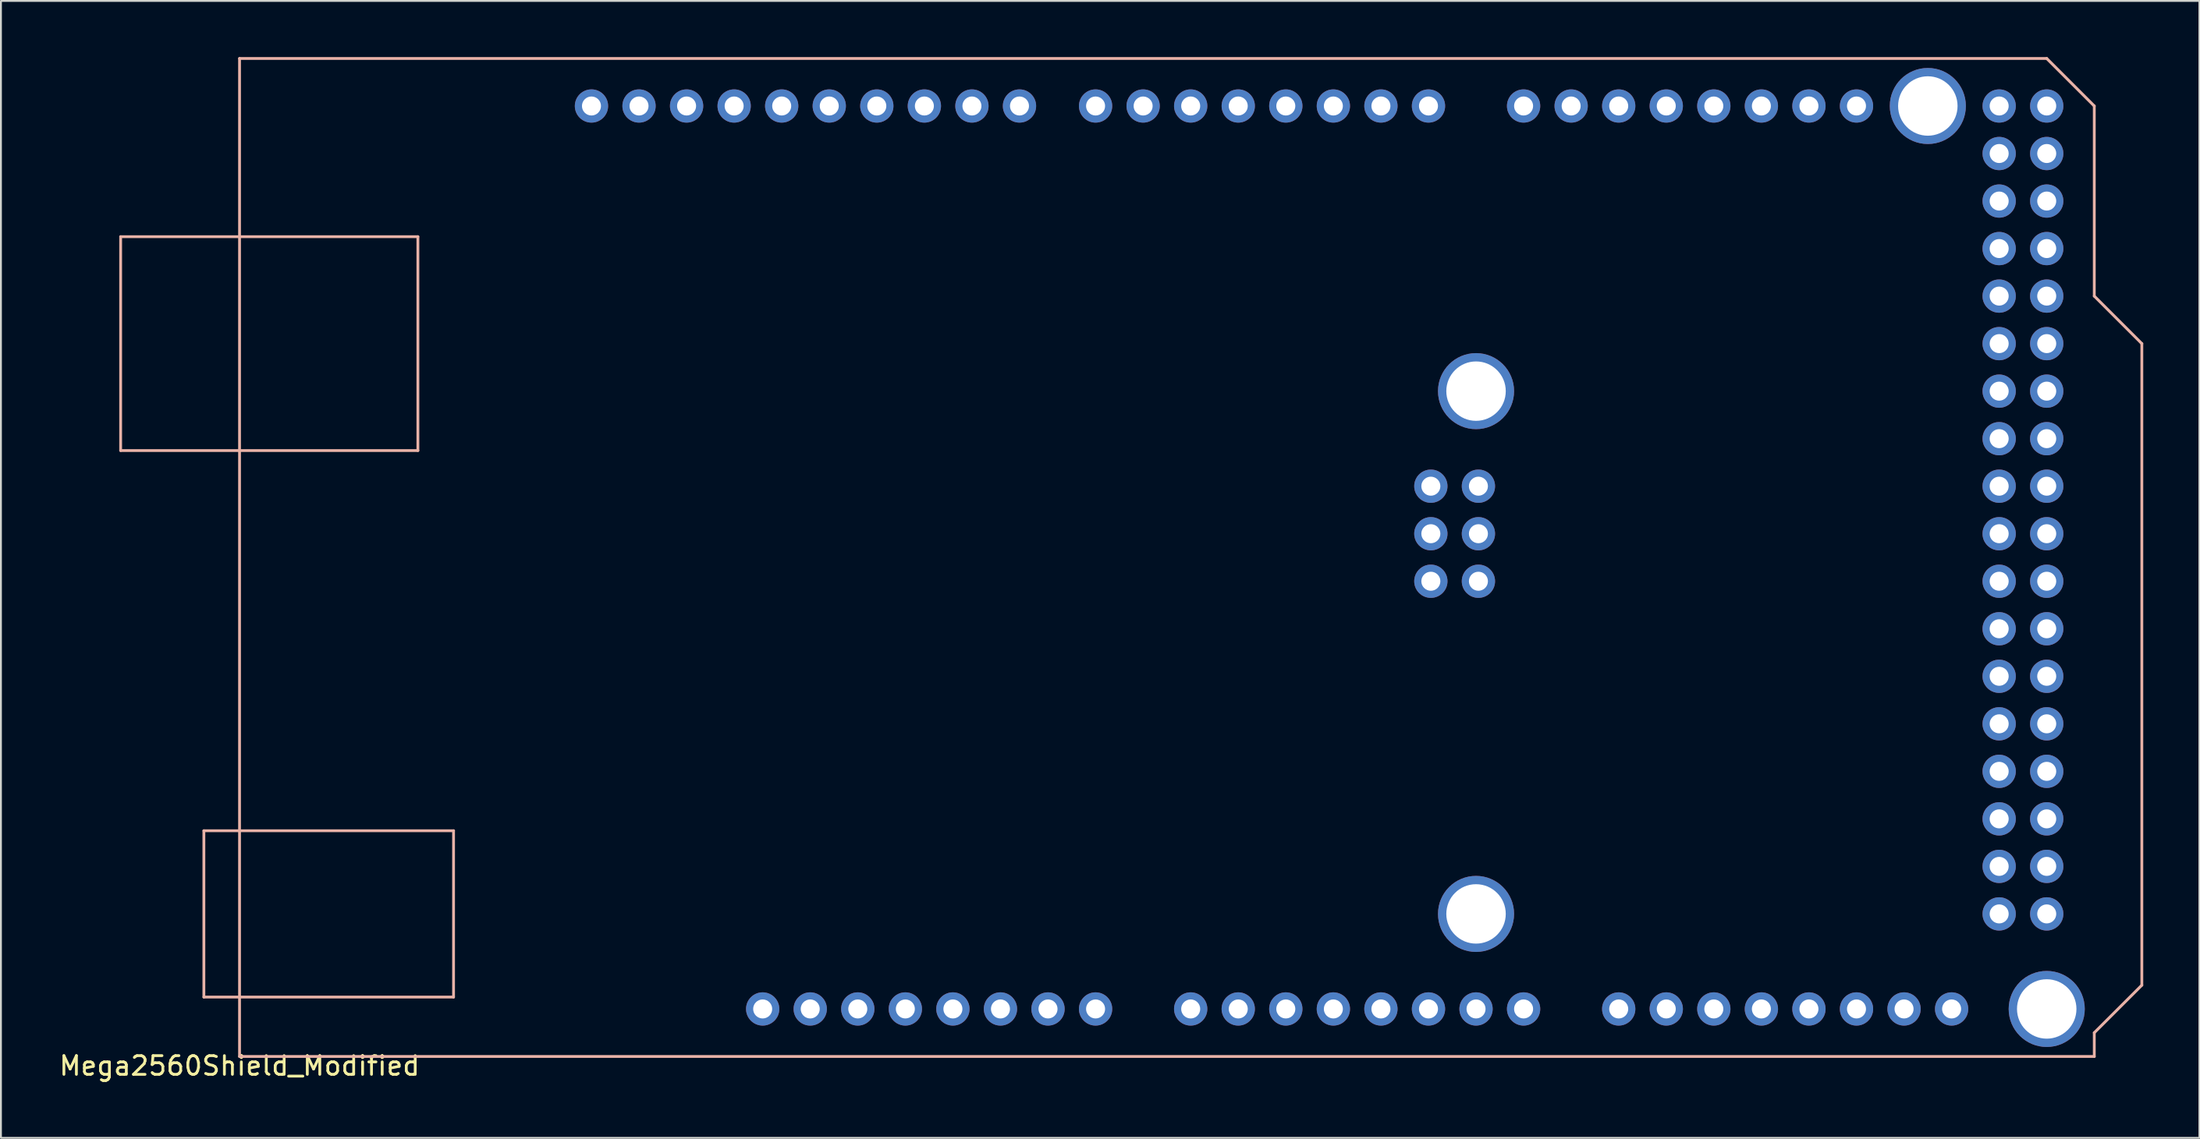
<source format=kicad_pcb>
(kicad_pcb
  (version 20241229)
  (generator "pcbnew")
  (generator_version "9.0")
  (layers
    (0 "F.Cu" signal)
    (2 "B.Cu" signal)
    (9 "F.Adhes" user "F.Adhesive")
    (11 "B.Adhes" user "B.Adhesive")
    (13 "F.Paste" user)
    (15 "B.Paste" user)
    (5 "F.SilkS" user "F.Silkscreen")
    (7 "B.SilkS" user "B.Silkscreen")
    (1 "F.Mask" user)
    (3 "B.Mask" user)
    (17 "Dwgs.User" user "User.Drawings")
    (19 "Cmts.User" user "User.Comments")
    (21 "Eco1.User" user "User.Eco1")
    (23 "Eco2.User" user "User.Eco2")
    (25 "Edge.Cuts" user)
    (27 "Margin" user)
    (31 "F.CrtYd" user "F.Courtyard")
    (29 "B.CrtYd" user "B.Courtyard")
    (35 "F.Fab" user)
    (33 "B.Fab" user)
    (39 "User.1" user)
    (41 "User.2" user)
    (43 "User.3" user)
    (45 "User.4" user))
  (footprint "Mega2560Shield_Modified"
    (layer "F.Cu")
    (at 9.744 53.415)
    (property "Reference" "Mega2560Shield_Modified" (at 0 0.5 0) (layer "F.SilkS") (effects (font (size 1 1) (thickness 0.15))))
    (attr through_hole)
    (fp_line (start -6.35 -43.815) (end 9.525 -43.815) (stroke (width 0.15) (type solid)) (layer "B.SilkS"))
    (fp_line (start -6.35 -32.385) (end -6.35 -43.815) (stroke (width 0.15) (type solid)) (layer "B.SilkS"))
    (fp_line (start -1.905 -12.065) (end 11.43 -12.065) (stroke (width 0.15) (type solid)) (layer "B.SilkS"))
    (fp_line (start -1.905 -3.175) (end -1.905 -12.065) (stroke (width 0.15) (type solid)) (layer "B.SilkS"))
    (fp_line (start 0 -53.34) (end 96.52 -53.34) (stroke (width 0.15) (type solid)) (layer "B.SilkS"))
    (fp_line (start 0 0) (end 0 -53.34) (stroke (width 0.15) (type solid)) (layer "B.SilkS"))
    (fp_line (start 9.525 -43.815) (end 9.525 -32.385) (stroke (width 0.15) (type solid)) (layer "B.SilkS"))
    (fp_line (start 9.525 -32.385) (end -6.35 -32.385) (stroke (width 0.15) (type solid)) (layer "B.SilkS"))
    (fp_line (start 11.43 -12.065) (end 11.43 -3.175) (stroke (width 0.15) (type solid)) (layer "B.SilkS"))
    (fp_line (start 11.43 -3.175) (end -1.905 -3.175) (stroke (width 0.15) (type solid)) (layer "B.SilkS"))
    (fp_line (start 96.52 -53.34) (end 99.06 -50.8) (stroke (width 0.15) (type solid)) (layer "B.SilkS"))
    (fp_line (start 99.06 -50.8) (end 99.06 -40.64) (stroke (width 0.15) (type solid)) (layer "B.SilkS"))
    (fp_line (start 99.06 -40.64) (end 101.6 -38.1) (stroke (width 0.15) (type solid)) (layer "B.SilkS"))
    (fp_line (start 99.06 -1.27) (end 99.06 0) (stroke (width 0.15) (type solid)) (layer "B.SilkS"))
    (fp_line (start 99.06 0) (end 0 0) (stroke (width 0.15) (type solid)) (layer "B.SilkS"))
    (fp_line (start 101.6 -38.1) (end 101.6 -3.81) (stroke (width 0.15) (type solid)) (layer "B.SilkS"))
    (fp_line (start 101.6 -3.81) (end 99.06 -1.27) (stroke (width 0.15) (type solid)) (layer "B.SilkS"))
    (pad "3V3" thru_hole circle (at 35.56 -2.54) (size 1.778 1.778) (drill 1.016) (layers "*.Cu" "*.Mask"))
    (pad "5V" thru_hole circle (at 38.1 -2.54) (size 1.778 1.778) (drill 1.016) (layers "*.Cu" "*.Mask"))
    (pad "5V" thru_hole circle (at 93.98 -50.8) (size 1.778 1.778) (drill 1.016) (layers "*.Cu" "*.Mask"))
    (pad "5V" thru_hole circle (at 96.52 -50.8) (size 1.778 1.778) (drill 1.016) (layers "*.Cu" "*.Mask"))
    (pad "A0" thru_hole circle (at 50.8 -2.54) (size 1.778 1.778) (drill 1.016) (layers "*.Cu" "*.Mask"))
    (pad "A1" thru_hole circle (at 53.34 -2.54) (size 1.778 1.778) (drill 1.016) (layers "*.Cu" "*.Mask"))
    (pad "A2" thru_hole circle (at 55.88 -2.54) (size 1.778 1.778) (drill 1.016) (layers "*.Cu" "*.Mask"))
    (pad "A3" thru_hole circle (at 58.42 -2.54) (size 1.778 1.778) (drill 1.016) (layers "*.Cu" "*.Mask"))
    (pad "A4" thru_hole circle (at 60.96 -2.54) (size 1.778 1.778) (drill 1.016) (layers "*.Cu" "*.Mask"))
    (pad "A5" thru_hole circle (at 63.5 -2.54) (size 1.778 1.778) (drill 1.016) (layers "*.Cu" "*.Mask"))
    (pad "A6" thru_hole circle (at 66.04 -2.54) (size 1.778 1.778) (drill 1.016) (layers "*.Cu" "*.Mask"))
    (pad "A7" thru_hole circle (at 68.58 -2.54) (size 1.778 1.778) (drill 1.016) (layers "*.Cu" "*.Mask"))
    (pad "A8" thru_hole circle (at 73.66 -2.54) (size 1.778 1.778) (drill 1.016) (layers "*.Cu" "*.Mask"))
    (pad "A9" thru_hole circle (at 76.2 -2.54) (size 1.778 1.778) (drill 1.016) (layers "*.Cu" "*.Mask"))
    (pad "A10" thru_hole circle (at 78.74 -2.54) (size 1.778 1.778) (drill 1.016) (layers "*.Cu" "*.Mask"))
    (pad "A11" thru_hole circle (at 81.28 -2.54) (size 1.778 1.778) (drill 1.016) (layers "*.Cu" "*.Mask"))
    (pad "A12" thru_hole circle (at 83.82 -2.54) (size 1.778 1.778) (drill 1.016) (layers "*.Cu" "*.Mask"))
    (pad "A13" thru_hole circle (at 86.36 -2.54) (size 1.778 1.778) (drill 1.016) (layers "*.Cu" "*.Mask"))
    (pad "A14" thru_hole circle (at 88.9 -2.54) (size 1.778 1.778) (drill 1.016) (layers "*.Cu" "*.Mask"))
    (pad "A15" thru_hole circle (at 91.44 -2.54) (size 1.778 1.778) (drill 1.016) (layers "*.Cu" "*.Mask"))
    (pad "AREF" thru_hole circle (at 23.876 -50.8) (size 1.778 1.778) (drill 1.016) (layers "*.Cu" "*.Mask"))
    (pad "D0" thru_hole circle (at 63.5 -50.8) (size 1.778 1.778) (drill 1.016) (layers "*.Cu" "*.Mask"))
    (pad "D1" thru_hole circle (at 60.96 -50.8) (size 1.778 1.778) (drill 1.016) (layers "*.Cu" "*.Mask"))
    (pad "D2" thru_hole circle (at 58.42 -50.8) (size 1.778 1.778) (drill 1.016) (layers "*.Cu" "*.Mask"))
    (pad "D3" thru_hole circle (at 55.88 -50.8) (size 1.778 1.778) (drill 1.016) (layers "*.Cu" "*.Mask"))
    (pad "D4" thru_hole circle (at 53.34 -50.8) (size 1.778 1.778) (drill 1.016) (layers "*.Cu" "*.Mask"))
    (pad "D5" thru_hole circle (at 50.8 -50.8) (size 1.778 1.778) (drill 1.016) (layers "*.Cu" "*.Mask"))
    (pad "D6" thru_hole circle (at 48.26 -50.8) (size 1.778 1.778) (drill 1.016) (layers "*.Cu" "*.Mask"))
    (pad "D7" thru_hole circle (at 45.72 -50.8) (size 1.778 1.778) (drill 1.016) (layers "*.Cu" "*.Mask"))
    (pad "D8" thru_hole circle (at 41.656 -50.8) (size 1.778 1.778) (drill 1.016) (layers "*.Cu" "*.Mask"))
    (pad "D9" thru_hole circle (at 39.116 -50.8) (size 1.778 1.778) (drill 1.016) (layers "*.Cu" "*.Mask"))
    (pad "D10" thru_hole circle (at 36.576 -50.8) (size 1.778 1.778) (drill 1.016) (layers "*.Cu" "*.Mask"))
    (pad "D11" thru_hole circle (at 34.036 -50.8) (size 1.778 1.778) (drill 1.016) (layers "*.Cu" "*.Mask"))
    (pad "D12" thru_hole circle (at 31.496 -50.8) (size 1.778 1.778) (drill 1.016) (layers "*.Cu" "*.Mask"))
    (pad "D13" thru_hole circle (at 28.956 -50.8) (size 1.778 1.778) (drill 1.016) (layers "*.Cu" "*.Mask"))
    (pad "D14" thru_hole circle (at 68.58 -50.8) (size 1.778 1.778) (drill 1.016) (layers "*.Cu" "*.Mask"))
    (pad "D15" thru_hole circle (at 71.12 -50.8) (size 1.778 1.778) (drill 1.016) (layers "*.Cu" "*.Mask"))
    (pad "D16" thru_hole circle (at 73.66 -50.8) (size 1.778 1.778) (drill 1.016) (layers "*.Cu" "*.Mask"))
    (pad "D17" thru_hole circle (at 76.2 -50.8) (size 1.778 1.778) (drill 1.016) (layers "*.Cu" "*.Mask"))
    (pad "D18" thru_hole circle (at 78.74 -50.8) (size 1.778 1.778) (drill 1.016) (layers "*.Cu" "*.Mask"))
    (pad "D19" thru_hole circle (at 81.28 -50.8) (size 1.778 1.778) (drill 1.016) (layers "*.Cu" "*.Mask"))
    (pad "D20" thru_hole circle (at 83.82 -50.8) (size 1.778 1.778) (drill 1.016) (layers "*.Cu" "*.Mask"))
    (pad "D21" thru_hole circle (at 86.36 -50.8) (size 1.778 1.778) (drill 1.016) (layers "*.Cu" "*.Mask"))
    (pad "D22" thru_hole circle (at 93.98 -48.26) (size 1.778 1.778) (drill 1.016) (layers "*.Cu" "*.Mask"))
    (pad "D23" thru_hole circle (at 96.52 -48.26) (size 1.778 1.778) (drill 1.016) (layers "*.Cu" "*.Mask"))
    (pad "D24" thru_hole circle (at 93.98 -45.72) (size 1.778 1.778) (drill 1.016) (layers "*.Cu" "*.Mask"))
    (pad "D25" thru_hole circle (at 96.52 -45.72) (size 1.778 1.778) (drill 1.016) (layers "*.Cu" "*.Mask"))
    (pad "D26" thru_hole circle (at 93.98 -43.18) (size 1.778 1.778) (drill 1.016) (layers "*.Cu" "*.Mask"))
    (pad "D27" thru_hole circle (at 96.52 -43.18) (size 1.778 1.778) (drill 1.016) (layers "*.Cu" "*.Mask"))
    (pad "D28" thru_hole circle (at 93.98 -40.64) (size 1.778 1.778) (drill 1.016) (layers "*.Cu" "*.Mask"))
    (pad "D29" thru_hole circle (at 96.52 -40.64) (size 1.778 1.778) (drill 1.016) (layers "*.Cu" "*.Mask"))
    (pad "D30" thru_hole circle (at 93.98 -38.1) (size 1.778 1.778) (drill 1.016) (layers "*.Cu" "*.Mask"))
    (pad "D31" thru_hole circle (at 96.52 -38.1) (size 1.778 1.778) (drill 1.016) (layers "*.Cu" "*.Mask"))
    (pad "D32" thru_hole circle (at 93.98 -35.56) (size 1.778 1.778) (drill 1.016) (layers "*.Cu" "*.Mask"))
    (pad "D33" thru_hole circle (at 96.52 -35.56) (size 1.778 1.778) (drill 1.016) (layers "*.Cu" "*.Mask"))
    (pad "D34" thru_hole circle (at 93.98 -33.02) (size 1.778 1.778) (drill 1.016) (layers "*.Cu" "*.Mask"))
    (pad "D35" thru_hole circle (at 96.52 -33.02) (size 1.778 1.778) (drill 1.016) (layers "*.Cu" "*.Mask"))
    (pad "D36" thru_hole circle (at 93.98 -30.48) (size 1.778 1.778) (drill 1.016) (layers "*.Cu" "*.Mask"))
    (pad "D37" thru_hole circle (at 96.52 -30.48) (size 1.778 1.778) (drill 1.016) (layers "*.Cu" "*.Mask"))
    (pad "D38" thru_hole circle (at 93.98 -27.94) (size 1.778 1.778) (drill 1.016) (layers "*.Cu" "*.Mask"))
    (pad "D39" thru_hole circle (at 96.52 -27.94) (size 1.778 1.778) (drill 1.016) (layers "*.Cu" "*.Mask"))
    (pad "D40" thru_hole circle (at 93.98 -25.4) (size 1.778 1.778) (drill 1.016) (layers "*.Cu" "*.Mask"))
    (pad "D41" thru_hole circle (at 96.52 -25.4) (size 1.778 1.778) (drill 1.016) (layers "*.Cu" "*.Mask"))
    (pad "D42" thru_hole circle (at 93.98 -22.86) (size 1.778 1.778) (drill 1.016) (layers "*.Cu" "*.Mask"))
    (pad "D43" thru_hole circle (at 96.52 -22.86) (size 1.778 1.778) (drill 1.016) (layers "*.Cu" "*.Mask"))
    (pad "D44" thru_hole circle (at 93.98 -20.32) (size 1.778 1.778) (drill 1.016) (layers "*.Cu" "*.Mask"))
    (pad "D45" thru_hole circle (at 96.52 -20.32) (size 1.778 1.778) (drill 1.016) (layers "*.Cu" "*.Mask"))
    (pad "D46" thru_hole circle (at 93.98 -17.78) (size 1.778 1.778) (drill 1.016) (layers "*.Cu" "*.Mask"))
    (pad "D47" thru_hole circle (at 96.52 -17.78) (size 1.778 1.778) (drill 1.016) (layers "*.Cu" "*.Mask"))
    (pad "D48" thru_hole circle (at 93.98 -15.24) (size 1.778 1.778) (drill 1.016) (layers "*.Cu" "*.Mask"))
    (pad "D49" thru_hole circle (at 96.52 -15.24) (size 1.778 1.778) (drill 1.016) (layers "*.Cu" "*.Mask"))
    (pad "D50" thru_hole circle (at 93.98 -12.7) (size 1.778 1.778) (drill 1.016) (layers "*.Cu" "*.Mask"))
    (pad "D51" thru_hole circle (at 96.52 -12.7) (size 1.778 1.778) (drill 1.016) (layers "*.Cu" "*.Mask"))
    (pad "D52" thru_hole circle (at 93.98 -10.16) (size 1.778 1.778) (drill 1.016) (layers "*.Cu" "*.Mask"))
    (pad "D53" thru_hole circle (at 96.52 -10.16) (size 1.778 1.778) (drill 1.016) (layers "*.Cu" "*.Mask"))
    (pad "GND" thru_hole circle (at 26.416 -50.8) (size 1.778 1.778) (drill 1.016) (layers "*.Cu" "*.Mask"))
    (pad "GND" thru_hole circle (at 40.64 -2.54) (size 1.778 1.778) (drill 1.016) (layers "*.Cu" "*.Mask"))
    (pad "GND" thru_hole circle (at 43.18 -2.54) (size 1.778 1.778) (drill 1.016) (layers "*.Cu" "*.Mask"))
    (pad "GND" thru_hole circle (at 93.98 -7.62) (size 1.778 1.778) (drill 1.016) (layers "*.Cu" "*.Mask"))
    (pad "GND" thru_hole circle (at 96.52 -7.62) (size 1.778 1.778) (drill 1.016) (layers "*.Cu" "*.Mask"))
    (pad "ICSP_5V" thru_hole circle (at 66.167 -30.48) (size 1.778 1.778) (drill 1.016) (layers "*.Cu" "*.Mask"))
    (pad "ICSP_GND" thru_hole circle (at 66.167 -25.4) (size 1.778 1.778) (drill 1.016) (layers "*.Cu" "*.Mask"))
    (pad "ICSP_MISO" thru_hole circle (at 63.627 -30.48) (size 1.778 1.778) (drill 1.016) (layers "*.Cu" "*.Mask"))
    (pad "ICSP_MOSI" thru_hole circle (at 66.167 -27.94) (size 1.778 1.778) (drill 1.016) (layers "*.Cu" "*.Mask"))
    (pad "ICSP_RESET" thru_hole circle (at 63.627 -25.4) (size 1.778 1.778) (drill 1.016) (layers "*.Cu" "*.Mask"))
    (pad "ICSP_SCK" thru_hole circle (at 63.627 -27.94) (size 1.778 1.778) (drill 1.016) (layers "*.Cu" "*.Mask"))
    (pad "IOREF" thru_hole circle (at 30.48 -2.54) (size 1.778 1.778) (drill 1.016) (layers "*.Cu" "*.Mask"))
    (pad "MNT" thru_hole circle (at 66.04 -35.56) (size 4.064 4.064) (drill 3.175) (layers "*.Cu" "*.Mask"))
    (pad "MNT" thru_hole circle (at 66.04 -7.62) (size 4.064 4.064) (drill 3.175) (layers "*.Cu" "*.Mask"))
    (pad "MNT" thru_hole circle (at 90.17 -50.8) (size 4.064 4.064) (drill 3.175) (layers "*.Cu" "*.Mask"))
    (pad "MNT" thru_hole circle (at 96.52 -2.54) (size 4.064 4.064) (drill 3.175) (layers "*.Cu" "*.Mask"))
    (pad "NC" thru_hole circle (at 27.94 -2.54) (size 1.778 1.778) (drill 1.016) (layers "*.Cu" "*.Mask"))
    (pad "RESET" thru_hole circle (at 33.02 -2.54) (size 1.778 1.778) (drill 1.016) (layers "*.Cu" "*.Mask"))
    (pad "SCL" thru_hole circle (at 18.796 -50.8) (size 1.778 1.778) (drill 1.016) (layers "*.Cu" "*.Mask"))
    (pad "SDA" thru_hole circle (at 21.336 -50.8) (size 1.778 1.778) (drill 1.016) (layers "*.Cu" "*.Mask"))
    (pad "VIN" thru_hole circle (at 45.72 -2.54) (size 1.778 1.778) (drill 1.016) (layers "*.Cu" "*.Mask")))
  (gr_rect
    (start -3 -3)
    (end 114.419 57.763)
    (stroke (width 0.1) (type default))
    (fill no)
    (layer "Edge.Cuts")))
</source>
